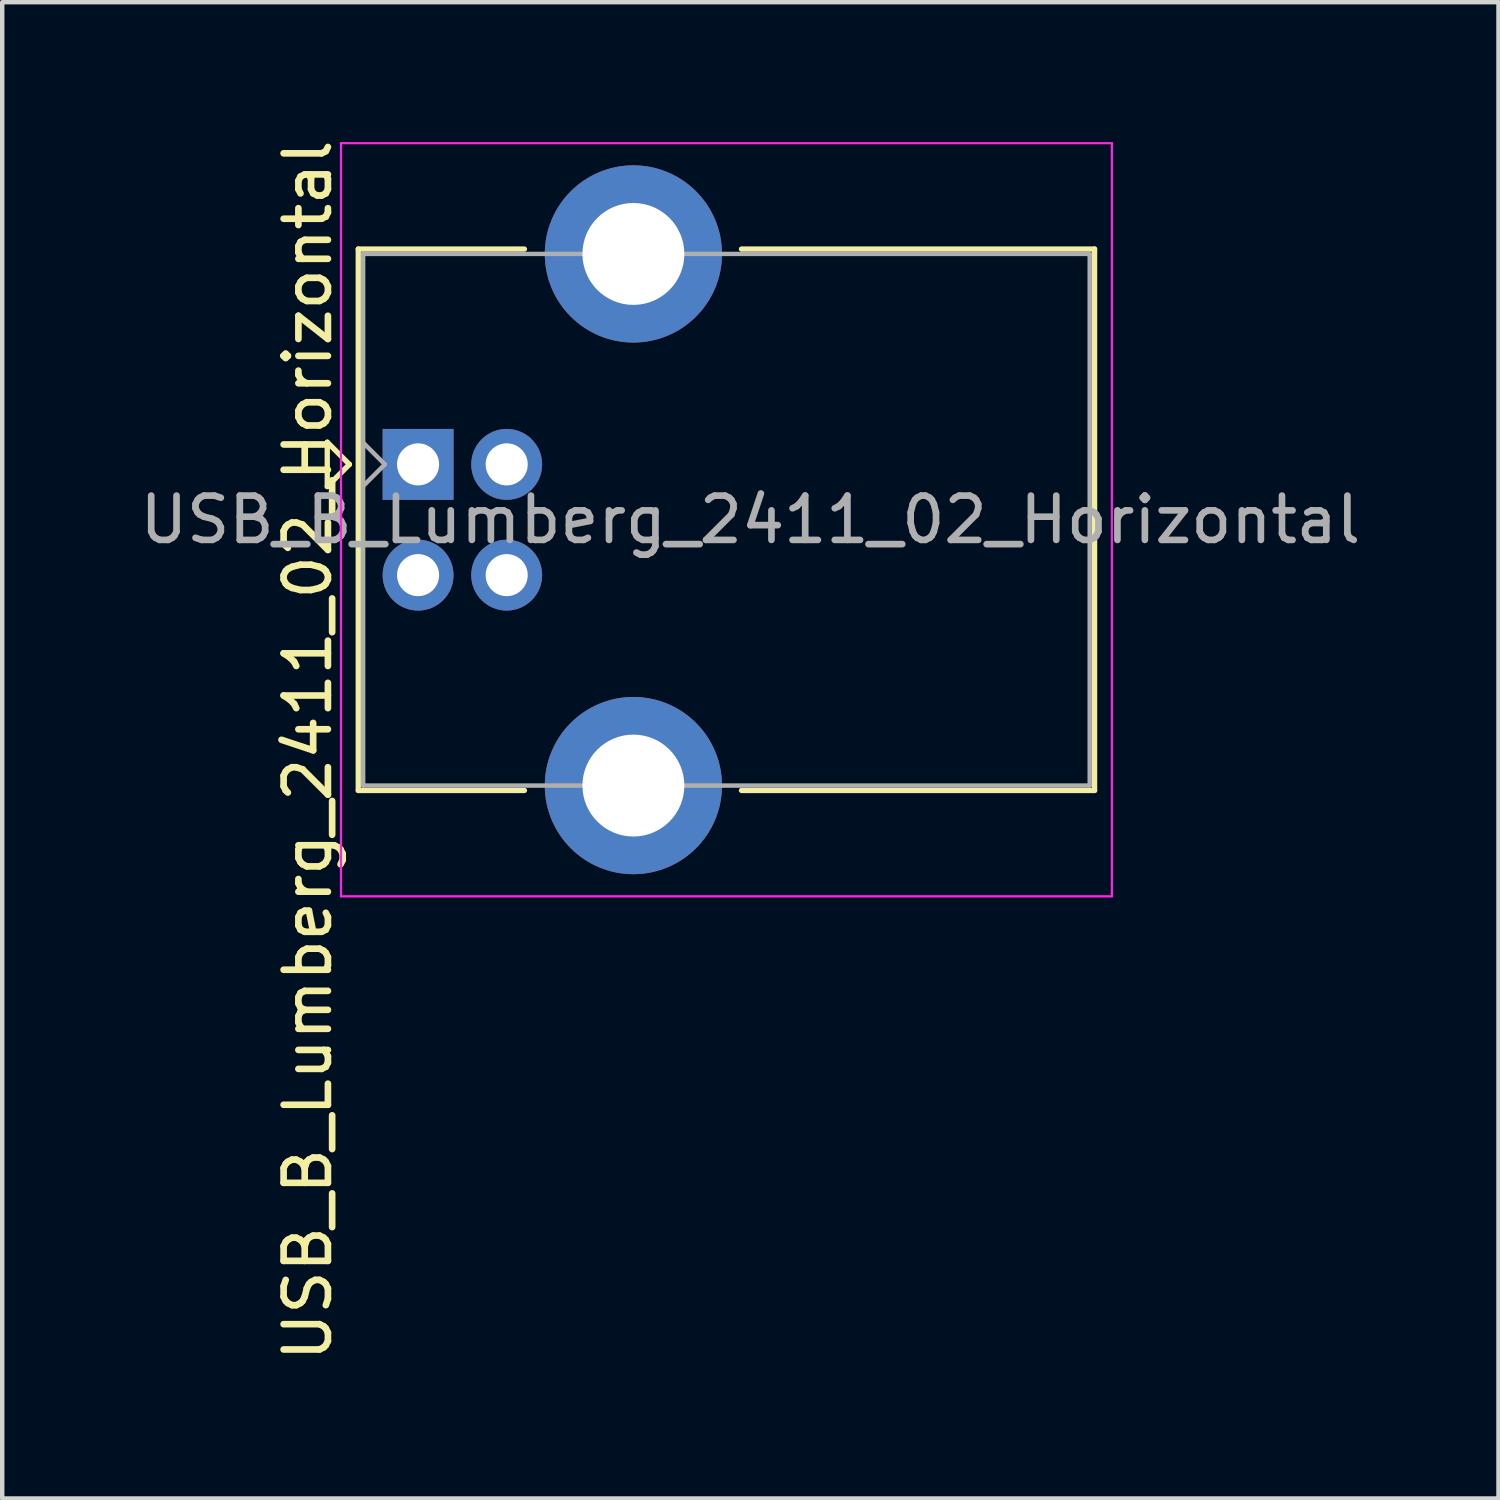
<source format=kicad_pcb>
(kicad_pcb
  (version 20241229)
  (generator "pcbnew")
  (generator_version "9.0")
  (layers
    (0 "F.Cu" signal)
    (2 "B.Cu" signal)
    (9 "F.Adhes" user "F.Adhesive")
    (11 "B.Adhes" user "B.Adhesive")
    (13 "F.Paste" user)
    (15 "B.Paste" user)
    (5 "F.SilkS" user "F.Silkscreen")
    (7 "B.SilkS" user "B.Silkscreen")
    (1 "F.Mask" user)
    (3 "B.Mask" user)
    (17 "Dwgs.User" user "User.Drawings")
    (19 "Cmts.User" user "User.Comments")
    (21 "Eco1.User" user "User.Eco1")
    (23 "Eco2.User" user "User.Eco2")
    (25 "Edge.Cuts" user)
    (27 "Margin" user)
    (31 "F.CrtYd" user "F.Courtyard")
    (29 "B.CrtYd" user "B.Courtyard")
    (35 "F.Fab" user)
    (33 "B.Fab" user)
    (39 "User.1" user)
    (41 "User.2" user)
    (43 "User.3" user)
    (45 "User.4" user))
  (footprint "USB_B_Lumberg_2411_02_Horizontal"
    (layer "F.Cu")
    (at 6.387 7.432)
    (property "Reference" "USB_B_Lumberg_2411_02_Horizontal" (at -2.49 6.455 270) (layer "F.SilkS") (effects (font (size 1 1) (thickness 0.15))))
    (attr through_hole)
    (fp_line (start -2.05 -0.5) (end -2.05 0.5) (stroke (width 0.12) (type solid)) (layer "F.SilkS"))
    (fp_line (start -2.05 0.5) (end -1.55 0) (stroke (width 0.12) (type solid)) (layer "F.SilkS"))
    (fp_line (start -1.55 0) (end -2.05 -0.5) (stroke (width 0.12) (type solid)) (layer "F.SilkS"))
    (fp_line (start -1.35 -4.86) (end 2.4 -4.86) (stroke (width 0.12) (type solid)) (layer "F.SilkS"))
    (fp_line (start -1.35 7.36) (end -1.35 -4.86) (stroke (width 0.12) (type solid)) (layer "F.SilkS"))
    (fp_line (start -1.35 7.36) (end 2.4 7.36) (stroke (width 0.12) (type solid)) (layer "F.SilkS"))
    (fp_line (start 15.27 -4.86) (end 7.3 -4.86) (stroke (width 0.12) (type solid)) (layer "F.SilkS"))
    (fp_line (start 15.27 7.36) (end 7.3 7.36) (stroke (width 0.12) (type solid)) (layer "F.SilkS"))
    (fp_line (start 15.27 7.36) (end 15.27 -4.86) (stroke (width 0.12) (type solid)) (layer "F.SilkS"))
    (fp_line (start -1.74 -7.25) (end -1.74 9.75) (stroke (width 0.05) (type solid)) (layer "F.CrtYd"))
    (fp_line (start -1.74 9.75) (end 15.66 9.75) (stroke (width 0.05) (type solid)) (layer "F.CrtYd"))
    (fp_line (start 15.66 -7.25) (end -1.74 -7.25) (stroke (width 0.05) (type solid)) (layer "F.CrtYd"))
    (fp_line (start 15.66 9.75) (end 15.66 -7.25) (stroke (width 0.05) (type solid)) (layer "F.CrtYd"))
    (fp_line (start -1.24 -4.75) (end 15.16 -4.75) (stroke (width 0.1) (type solid)) (layer "F.Fab"))
    (fp_line (start -1.24 0.49) (end -0.75 0) (stroke (width 0.1) (type solid)) (layer "F.Fab"))
    (fp_line (start -1.24 7.25) (end -1.24 -4.75) (stroke (width 0.1) (type solid)) (layer "F.Fab"))
    (fp_line (start -0.75 0) (end -1.24 -0.49) (stroke (width 0.1) (type solid)) (layer "F.Fab"))
    (fp_line (start 15.16 -4.75) (end 15.16 7.25) (stroke (width 0.1) (type solid)) (layer "F.Fab"))
    (fp_line (start 15.16 7.25) (end -1.24 7.25) (stroke (width 0.1) (type solid)) (layer "F.Fab"))
    (fp_text user "${REFERENCE}" (at 7.5 1.25 180) (layer "F.Fab") (effects (font (size 1 1) (thickness 0.15))))
    (pad "1" thru_hole rect (at 0 0 90) (size 1.6 1.6) (drill 0.95) (layers "*.Cu" "*.Mask"))
    (pad "2" thru_hole circle (at 0 2.5 90) (size 1.6 1.6) (drill 0.95) (layers "*.Cu" "*.Mask"))
    (pad "3" thru_hole circle (at 2 2.5 90) (size 1.6 1.6) (drill 0.95) (layers "*.Cu" "*.Mask"))
    (pad "4" thru_hole circle (at 2 0 90) (size 1.6 1.6) (drill 0.95) (layers "*.Cu" "*.Mask"))
    (pad "5" thru_hole circle (at 4.86 -4.75 90) (size 4 4) (drill 2.3) (layers "*.Cu" "*.Mask"))
    (pad "5" thru_hole circle (at 4.86 7.25 90) (size 4 4) (drill 2.3) (layers "*.Cu" "*.Mask")))
  (gr_rect
    (start -3 -3)
    (end 30.774 30.774)
    (stroke (width 0.1) (type default))
    (fill no)
    (layer "Edge.Cuts")))
</source>
